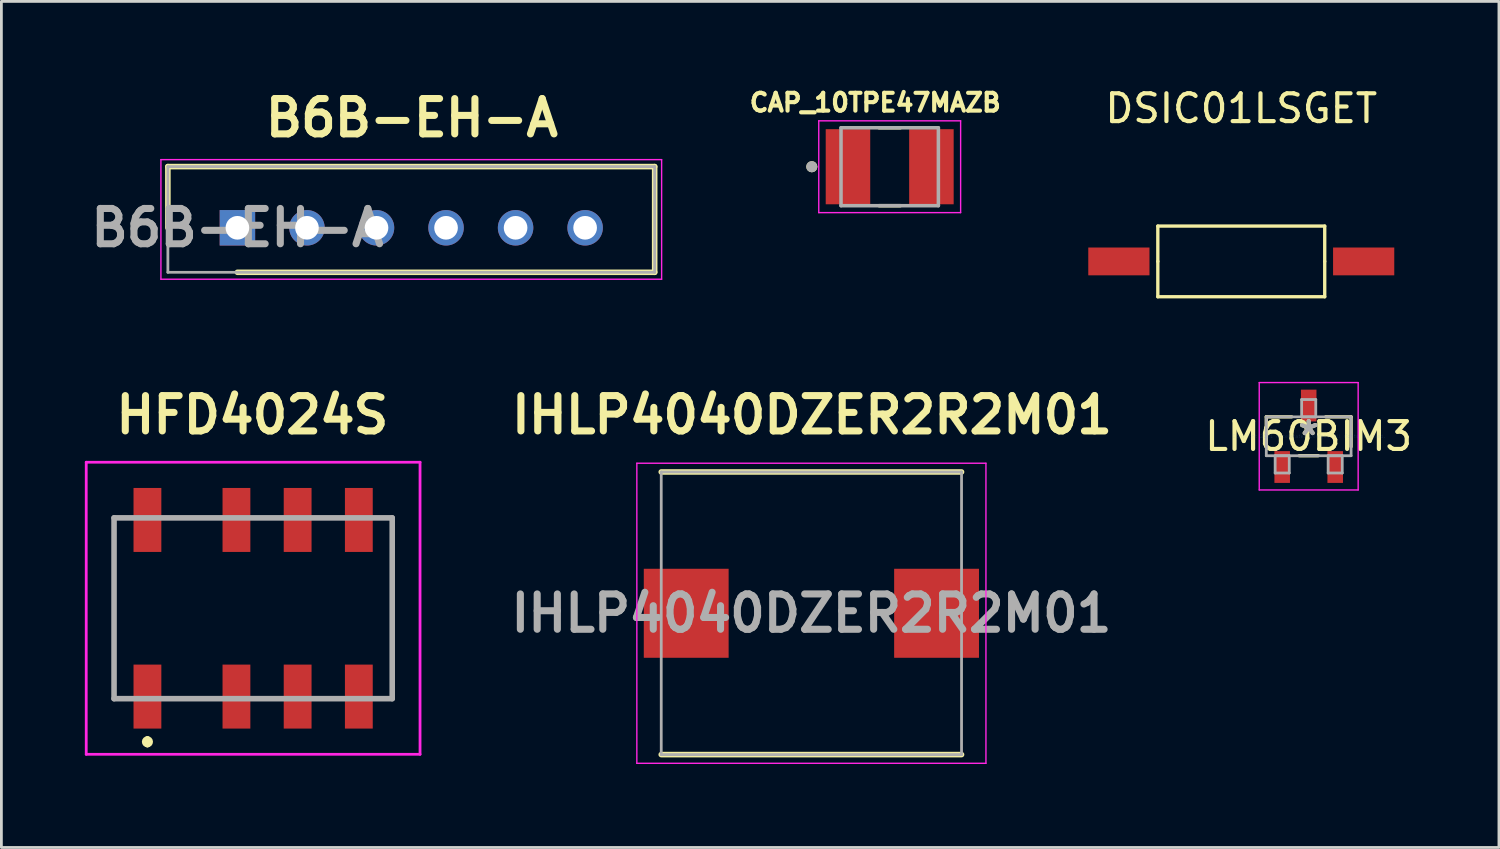
<source format=kicad_pcb>
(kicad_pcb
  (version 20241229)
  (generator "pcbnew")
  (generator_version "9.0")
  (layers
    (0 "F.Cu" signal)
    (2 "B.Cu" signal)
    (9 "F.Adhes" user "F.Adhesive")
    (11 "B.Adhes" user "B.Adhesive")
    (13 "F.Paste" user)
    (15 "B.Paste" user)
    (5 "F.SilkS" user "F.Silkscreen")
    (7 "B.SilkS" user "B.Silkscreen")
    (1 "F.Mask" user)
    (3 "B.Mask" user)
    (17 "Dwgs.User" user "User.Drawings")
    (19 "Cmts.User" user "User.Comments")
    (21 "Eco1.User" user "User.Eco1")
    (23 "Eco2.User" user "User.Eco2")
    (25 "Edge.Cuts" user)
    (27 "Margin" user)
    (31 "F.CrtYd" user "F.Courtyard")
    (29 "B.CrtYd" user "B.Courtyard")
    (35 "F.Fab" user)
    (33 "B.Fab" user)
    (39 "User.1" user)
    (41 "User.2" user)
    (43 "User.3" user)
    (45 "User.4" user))
  (footprint "HFD4024S"
    (layer "F.Cu")
    (at 6.05 18.817)
    (property "Reference" "HFD4024S" (at -0.03 -6.95 0) (layer "F.SilkS") (effects (font (size 1.27 1.27) (thickness 0.254))))
    (attr smd)
    (fp_line (start -5 -3.25) (end -5 3.25) (stroke (width 0.1) (type solid)) (layer "F.SilkS"))
    (fp_line (start -5 3.25) (end -4.5 3.25) (stroke (width 0.1) (type solid)) (layer "F.SilkS"))
    (fp_line (start -4.5 -3.25) (end -5 -3.25) (stroke (width 0.1) (type solid)) (layer "F.SilkS"))
    (fp_line (start -3.8 4.7) (end -3.8 4.7) (stroke (width 0.2) (type solid)) (layer "F.SilkS"))
    (fp_line (start -3.8 4.9) (end -3.8 4.9) (stroke (width 0.2) (type solid)) (layer "F.SilkS"))
    (fp_line (start 4.5 3.25) (end 5 3.25) (stroke (width 0.1) (type solid)) (layer "F.SilkS"))
    (fp_line (start 5 -3.25) (end 4.5 -3.25) (stroke (width 0.1) (type solid)) (layer "F.SilkS"))
    (fp_line (start 5 3.25) (end 5 -3.25) (stroke (width 0.1) (type solid)) (layer "F.SilkS"))
    (fp_arc (start -3.8 4.7) (mid -3.7 4.8) (end -3.8 4.9) (stroke (width 0.2) (type solid)) (layer "F.SilkS"))
    (fp_arc (start -3.8 4.9) (mid -3.9 4.8) (end -3.8 4.7) (stroke (width 0.2) (type solid)) (layer "F.SilkS"))
    (fp_line (start -6 -5.25) (end 6 -5.25) (stroke (width 0.1) (type solid)) (layer "F.CrtYd"))
    (fp_line (start -6 5.25) (end -6 -5.25) (stroke (width 0.1) (type solid)) (layer "F.CrtYd"))
    (fp_line (start 6 -5.25) (end 6 5.25) (stroke (width 0.1) (type solid)) (layer "F.CrtYd"))
    (fp_line (start 6 5.25) (end -6 5.25) (stroke (width 0.1) (type solid)) (layer "F.CrtYd"))
    (fp_line (start -5 -3.25) (end 5 -3.25) (stroke (width 0.2) (type solid)) (layer "F.Fab"))
    (fp_line (start -5 3.25) (end -5 -3.25) (stroke (width 0.2) (type solid)) (layer "F.Fab"))
    (fp_line (start 5 -3.25) (end 5 3.25) (stroke (width 0.2) (type solid)) (layer "F.Fab"))
    (fp_line (start 5 3.25) (end -5 3.25) (stroke (width 0.2) (type solid)) (layer "F.Fab"))
    (pad "1" smd rect (at -3.8 3.175) (size 1 2.3) (layers "F.Cu" "F.Mask" "F.Paste"))
    (pad "2" smd rect (at -0.6 3.175) (size 1 2.3) (layers "F.Cu" "F.Mask" "F.Paste"))
    (pad "3" smd rect (at 1.6 3.175) (size 1 2.3) (layers "F.Cu" "F.Mask" "F.Paste"))
    (pad "4" smd rect (at 3.8 3.175) (size 1 2.3) (layers "F.Cu" "F.Mask" "F.Paste"))
    (pad "5" smd rect (at 3.8 -3.175) (size 1 2.3) (layers "F.Cu" "F.Mask" "F.Paste"))
    (pad "6" smd rect (at 1.6 -3.175) (size 1 2.3) (layers "F.Cu" "F.Mask" "F.Paste"))
    (pad "7" smd rect (at -0.6 -3.175) (size 1 2.3) (layers "F.Cu" "F.Mask" "F.Paste"))
    (pad "8" smd rect (at -3.8 -3.175) (size 1 2.3) (layers "F.Cu" "F.Mask" "F.Paste")))
  (footprint "B6B-EH-A"
    (layer "F.Cu")
    (at 5.485 5.139)
    (property "Reference" "B6B-EH-A" (at 6.27 -3.95 0) (layer "F.SilkS") (effects (font (size 1.27 1.27) (thickness 0.254))))
    (attr through_hole)
    (fp_line (start -2.5 -2.2) (end -2.5 0) (stroke (width 0.2) (type solid)) (layer "F.SilkS"))
    (fp_line (start 0 1.6) (end 15 1.6) (stroke (width 0.2) (type solid)) (layer "F.SilkS"))
    (fp_line (start 15 -2.2) (end -2.5 -2.2) (stroke (width 0.2) (type solid)) (layer "F.SilkS"))
    (fp_line (start 15 1.6) (end 15 -2.2) (stroke (width 0.2) (type solid)) (layer "F.SilkS"))
    (fp_line (start -2.75 -2.45) (end 15.25 -2.45) (stroke (width 0.05) (type solid)) (layer "F.CrtYd"))
    (fp_line (start -2.75 1.85) (end -2.75 -2.45) (stroke (width 0.05) (type solid)) (layer "F.CrtYd"))
    (fp_line (start 15.25 -2.45) (end 15.25 1.85) (stroke (width 0.05) (type solid)) (layer "F.CrtYd"))
    (fp_line (start 15.25 1.85) (end -2.75 1.85) (stroke (width 0.05) (type solid)) (layer "F.CrtYd"))
    (fp_line (start -2.5 -2.2) (end 15 -2.2) (stroke (width 0.1) (type solid)) (layer "F.Fab"))
    (fp_line (start -2.5 1.6) (end -2.5 -2.2) (stroke (width 0.1) (type solid)) (layer "F.Fab"))
    (fp_line (start 15 -2.2) (end 15 1.6) (stroke (width 0.1) (type solid)) (layer "F.Fab"))
    (fp_line (start 15 1.6) (end -2.5 1.6) (stroke (width 0.1) (type solid)) (layer "F.Fab"))
    (fp_text user "${REFERENCE}" (at 0 0 0) (layer "F.Fab") (effects (font (size 1.27 1.27) (thickness 0.254))))
    (pad "1" thru_hole rect (at 0 0) (size 1.275 1.275) (drill 0.85) (layers "*.Cu" "*.Mask"))
    (pad "2" thru_hole circle (at 2.5 0) (size 1.275 1.275) (drill 0.85) (layers "*.Cu" "*.Mask"))
    (pad "3" thru_hole circle (at 5 0) (size 1.275 1.275) (drill 0.85) (layers "*.Cu" "*.Mask"))
    (pad "4" thru_hole circle (at 7.5 0) (size 1.275 1.275) (drill 0.85) (layers "*.Cu" "*.Mask"))
    (pad "5" thru_hole circle (at 10 0) (size 1.275 1.275) (drill 0.85) (layers "*.Cu" "*.Mask"))
    (pad "6" thru_hole circle (at 12.5 0) (size 1.275 1.275) (drill 0.85) (layers "*.Cu" "*.Mask")))
  (footprint "IHLP4040DZER2R2M01"
    (layer "F.Cu")
    (at 26.119 18.997)
    (property "Reference" "IHLP4040DZER2R2M01" (at 0.02 -7.13 0) (layer "F.SilkS") (effects (font (size 1.27 1.27) (thickness 0.254))))
    (attr smd)
    (fp_line (start -5.398 5.08) (end 5.398 5.08) (stroke (width 0.2) (type solid)) (layer "F.SilkS"))
    (fp_line (start 5.398 -5.08) (end -5.398 -5.08) (stroke (width 0.2) (type solid)) (layer "F.SilkS"))
    (fp_line (start -6.275 -5.394) (end 6.275 -5.394) (stroke (width 0.05) (type solid)) (layer "F.CrtYd"))
    (fp_line (start -6.275 5.394) (end -6.275 -5.394) (stroke (width 0.05) (type solid)) (layer "F.CrtYd"))
    (fp_line (start 6.275 -5.394) (end 6.275 5.394) (stroke (width 0.05) (type solid)) (layer "F.CrtYd"))
    (fp_line (start 6.275 5.394) (end -6.275 5.394) (stroke (width 0.05) (type solid)) (layer "F.CrtYd"))
    (fp_line (start -5.398 -5.08) (end 5.398 -5.08) (stroke (width 0.1) (type solid)) (layer "F.Fab"))
    (fp_line (start -5.398 5.08) (end -5.398 -5.08) (stroke (width 0.1) (type solid)) (layer "F.Fab"))
    (fp_line (start 5.398 -5.08) (end 5.398 5.08) (stroke (width 0.1) (type solid)) (layer "F.Fab"))
    (fp_line (start 5.398 5.08) (end -5.398 5.08) (stroke (width 0.1) (type solid)) (layer "F.Fab"))
    (fp_text user "${REFERENCE}" (at 0 0 0) (layer "F.Fab") (effects (font (size 1.27 1.27) (thickness 0.254))))
    (pad "1" smd rect (at -4.5 0) (size 3.05 3.2) (layers "F.Cu" "F.Mask" "F.Paste"))
    (pad "2" smd rect (at 4.5 0) (size 3.05 3.2) (layers "F.Cu" "F.Mask" "F.Paste")))
  (footprint "CAP_10TPE47MAZB"
    (layer "F.Cu")
    (at 28.934 2.944)
    (property "Reference" "CAP_10TPE47MAZB" (at -0.518 -2.306 0) (layer "F.SilkS") (effects (font (size 0.64 0.64) (thickness 0.15))))
    (attr through_hole)
    (fp_line (start -0.38 -1.4) (end 0.38 -1.4) (stroke (width 0.127) (type solid)) (layer "F.SilkS"))
    (fp_line (start -0.38 1.4) (end 0.38 1.4) (stroke (width 0.127) (type solid)) (layer "F.SilkS"))
    (fp_circle (center -2.8 0) (end -2.7 0) (stroke (width 0.2) (type solid)) (fill no) (layer "F.SilkS"))
    (fp_line (start -2.55 -1.65) (end -2.55 1.65) (stroke (width 0.05) (type solid)) (layer "F.CrtYd"))
    (fp_line (start -2.55 1.65) (end 2.55 1.65) (stroke (width 0.05) (type solid)) (layer "F.CrtYd"))
    (fp_line (start 2.55 -1.65) (end -2.55 -1.65) (stroke (width 0.05) (type solid)) (layer "F.CrtYd"))
    (fp_line (start 2.55 1.65) (end 2.55 -1.65) (stroke (width 0.05) (type solid)) (layer "F.CrtYd"))
    (fp_line (start -1.75 -1.4) (end -1.75 1.4) (stroke (width 0.127) (type solid)) (layer "F.Fab"))
    (fp_line (start -1.75 -1.4) (end 1.75 -1.4) (stroke (width 0.127) (type solid)) (layer "F.Fab"))
    (fp_line (start -1.75 1.4) (end 1.75 1.4) (stroke (width 0.127) (type solid)) (layer "F.Fab"))
    (fp_line (start 1.75 -1.4) (end 1.75 1.4) (stroke (width 0.127) (type solid)) (layer "F.Fab"))
    (fp_circle (center -2.8 0) (end -2.7 0) (stroke (width 0.2) (type solid)) (fill no) (layer "F.Fab"))
    (pad "1" smd rect (at -1.5 0) (size 1.6 2.7) (layers "F.Cu" "F.Mask" "F.Paste"))
    (pad "2" smd rect (at 1.5 0) (size 1.6 2.7) (layers "F.Cu" "F.Mask" "F.Paste")))
  (footprint "LM60BIM3"
    (layer "F.Cu")
    (at 43.997 12.634)
    (property "Reference" "LM60BIM3" (at 0 0 0) (layer "F.SilkS") (effects (font (size 1 1) (thickness 0.15))))
    (attr through_hole)
    (fp_line (start -1.524 -0.699) (end -1.524 0.374) (stroke (width 0.12) (type solid)) (layer "F.SilkS"))
    (fp_line (start -0.612 -0.699) (end -1.524 -0.699) (stroke (width 0.12) (type solid)) (layer "F.SilkS"))
    (fp_line (start -0.34 0.699) (end 0.34 0.699) (stroke (width 0.12) (type solid)) (layer "F.SilkS"))
    (fp_line (start 1.524 -0.699) (end 0.612 -0.699) (stroke (width 0.12) (type solid)) (layer "F.SilkS"))
    (fp_line (start 1.524 0.374) (end 1.524 -0.699) (stroke (width 0.12) (type solid)) (layer "F.SilkS"))
    (fp_line (start -1.778 -1.93) (end 1.778 -1.93) (stroke (width 0.05) (type solid)) (layer "F.CrtYd"))
    (fp_line (start -1.778 1.93) (end -1.778 -1.93) (stroke (width 0.05) (type solid)) (layer "F.CrtYd"))
    (fp_line (start 1.778 -1.93) (end 1.778 1.93) (stroke (width 0.05) (type solid)) (layer "F.CrtYd"))
    (fp_line (start 1.778 1.93) (end -1.778 1.93) (stroke (width 0.05) (type solid)) (layer "F.CrtYd"))
    (fp_line (start -1.524 -0.699) (end -1.524 0.699) (stroke (width 0.1) (type solid)) (layer "F.Fab"))
    (fp_line (start -1.524 0.699) (end 1.524 0.699) (stroke (width 0.1) (type solid)) (layer "F.Fab"))
    (fp_line (start -1.206 0.699) (end -1.206 1.321) (stroke (width 0.1) (type solid)) (layer "F.Fab"))
    (fp_line (start -1.206 1.321) (end -0.699 1.321) (stroke (width 0.1) (type solid)) (layer "F.Fab"))
    (fp_line (start -0.699 0.699) (end -1.206 0.699) (stroke (width 0.1) (type solid)) (layer "F.Fab"))
    (fp_line (start -0.699 1.321) (end -0.699 0.699) (stroke (width 0.1) (type solid)) (layer "F.Fab"))
    (fp_line (start -0.254 -1.321) (end -0.254 -0.699) (stroke (width 0.1) (type solid)) (layer "F.Fab"))
    (fp_line (start -0.254 -0.699) (end 0.254 -0.699) (stroke (width 0.1) (type solid)) (layer "F.Fab"))
    (fp_line (start 0.254 -1.321) (end -0.254 -1.321) (stroke (width 0.1) (type solid)) (layer "F.Fab"))
    (fp_line (start 0.254 -0.699) (end 0.254 -1.321) (stroke (width 0.1) (type solid)) (layer "F.Fab"))
    (fp_line (start 0.699 0.699) (end 0.699 1.321) (stroke (width 0.1) (type solid)) (layer "F.Fab"))
    (fp_line (start 0.699 1.321) (end 1.206 1.321) (stroke (width 0.1) (type solid)) (layer "F.Fab"))
    (fp_line (start 1.206 0.699) (end 0.699 0.699) (stroke (width 0.1) (type solid)) (layer "F.Fab"))
    (fp_line (start 1.206 1.321) (end 1.206 0.699) (stroke (width 0.1) (type solid)) (layer "F.Fab"))
    (fp_line (start 1.524 -0.699) (end -1.524 -0.699) (stroke (width 0.1) (type solid)) (layer "F.Fab"))
    (fp_line (start 1.524 0.699) (end 1.524 -0.699) (stroke (width 0.1) (type solid)) (layer "F.Fab"))
    (fp_text user "*" (at 0 0 0) (layer "F.SilkS") (effects (font (size 1 1) (thickness 0.15))))
    (fp_text user "Copyright 2021 Accelerated Designs. All rights reserved." (at 0 0 0) (layer "Cmts.User") (effects (font (size 0.127 0.127) (thickness 0.002))))
    (fp_text user "*" (at 0 0 0) (layer "F.Fab") (effects (font (size 1 1) (thickness 0.15))))
    (pad "1" smd rect (at -0.953 1.105) (size 0.559 1.143) (layers "F.Cu" "F.Mask" "F.Paste"))
    (pad "2" smd rect (at 0.953 1.105) (size 0.559 1.143) (layers "F.Cu" "F.Mask" "F.Paste"))
    (pad "3" smd rect (at 0 -1.105) (size 0.559 1.143) (layers "F.Cu" "F.Mask" "F.Paste")))
  (footprint "DSIC01LSGET"
    (layer "F.Cu")
    (at 41.573 6.348)
    (property "Reference" "DSIC01LSGET" (at 0 -5.5 0) (layer "F.SilkS") (effects (font (size 1 1) (thickness 0.15))))
    (attr through_hole)
    (fp_line (start -3 -1.27) (end -3 0) (stroke (width 0.12) (type solid)) (layer "F.SilkS"))
    (fp_line (start -3 -1.27) (end 3 -1.27) (stroke (width 0.12) (type solid)) (layer "F.SilkS"))
    (fp_line (start -3 0) (end -3 1.27) (stroke (width 0.12) (type solid)) (layer "F.SilkS"))
    (fp_line (start 3 0) (end 3 -1.27) (stroke (width 0.12) (type solid)) (layer "F.SilkS"))
    (fp_line (start 3 1.27) (end -3 1.27) (stroke (width 0.12) (type solid)) (layer "F.SilkS"))
    (fp_line (start 3 1.27) (end 3 0) (stroke (width 0.12) (type solid)) (layer "F.SilkS"))
    (pad "1" smd custom (at -4.4 0) (size 2.2 1) (layers "F.Cu" "F.Mask" "F.Paste") (options (anchor rect)) (primitives))
    (pad "2" smd custom (at 4.4 0) (size 2.2 1) (layers "F.Cu" "F.Mask" "F.Paste") (options (anchor rect)) (primitives)))
  (gr_rect
    (start -3 -3)
    (end 50.836 27.416)
    (stroke (width 0.1) (type default))
    (fill no)
    (layer "Edge.Cuts")))
</source>
